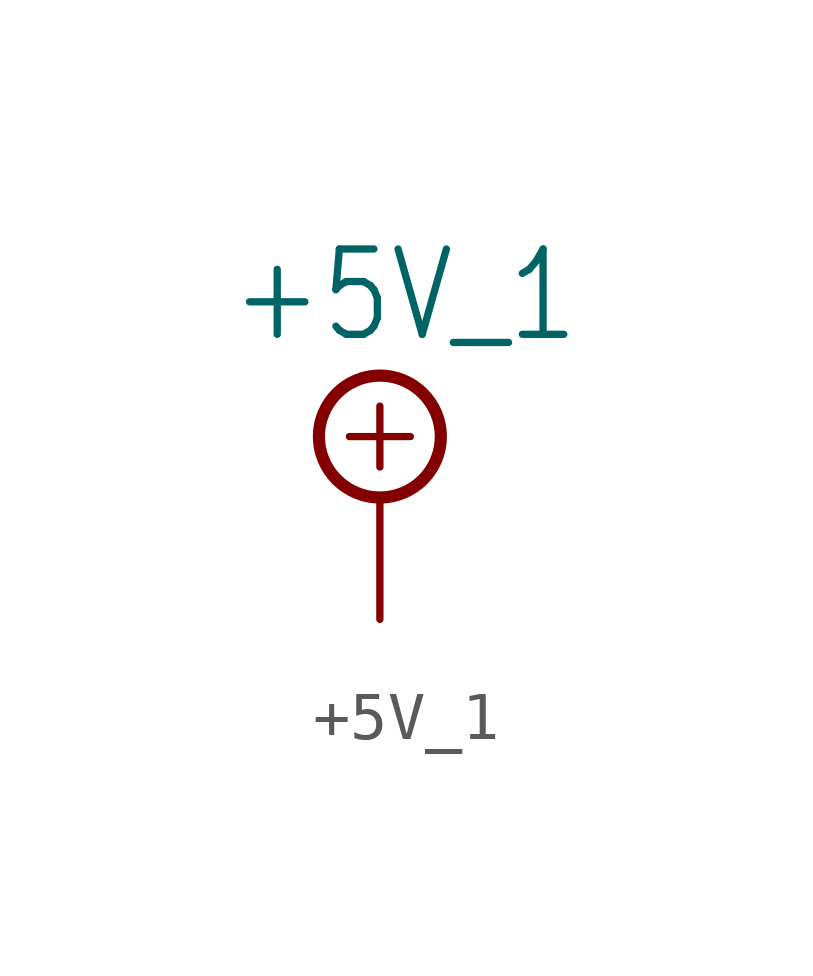
<source format=kicad_sym>
(kicad_symbol_lib
  (version 20201005)
  (generator kicad_symbol_editor)
  (symbol "+5V_1"
    (power)
    (property "Reference" "#SUPPLY"
      (at 0 0 0)
      (effects (font (size 1.27 1.27)) hide))
    (property "Value" "+5V_1"
      (at -3.175 3.175 0)
      (effects (font (size 1.778 1.511)) (justify left bottom)))
    (property "ki_locked" ""
      (at 0 0 0)
      (effects (font (size 1.27 1.27))))
    (symbol "+5V_1_1_0"
      (circle (center 0 1.27) (radius 1.27) (stroke (width 0.254)) (fill (type none)))
      (polyline (pts (xy -0.635 1.27) (xy 0.635 1.27)) (stroke (width 0.152)) (fill (type none)))
      (polyline (pts (xy 0 0.635) (xy 0 1.905)) (stroke (width 0.152)) (fill (type none)))
      (pin power_in line (at 0 -2.54 90) (length 2.54) (name "+5V/1" (effects (font (size 0 0)))) (number "1" (effects (font (size 0 0))))))))
</source>
